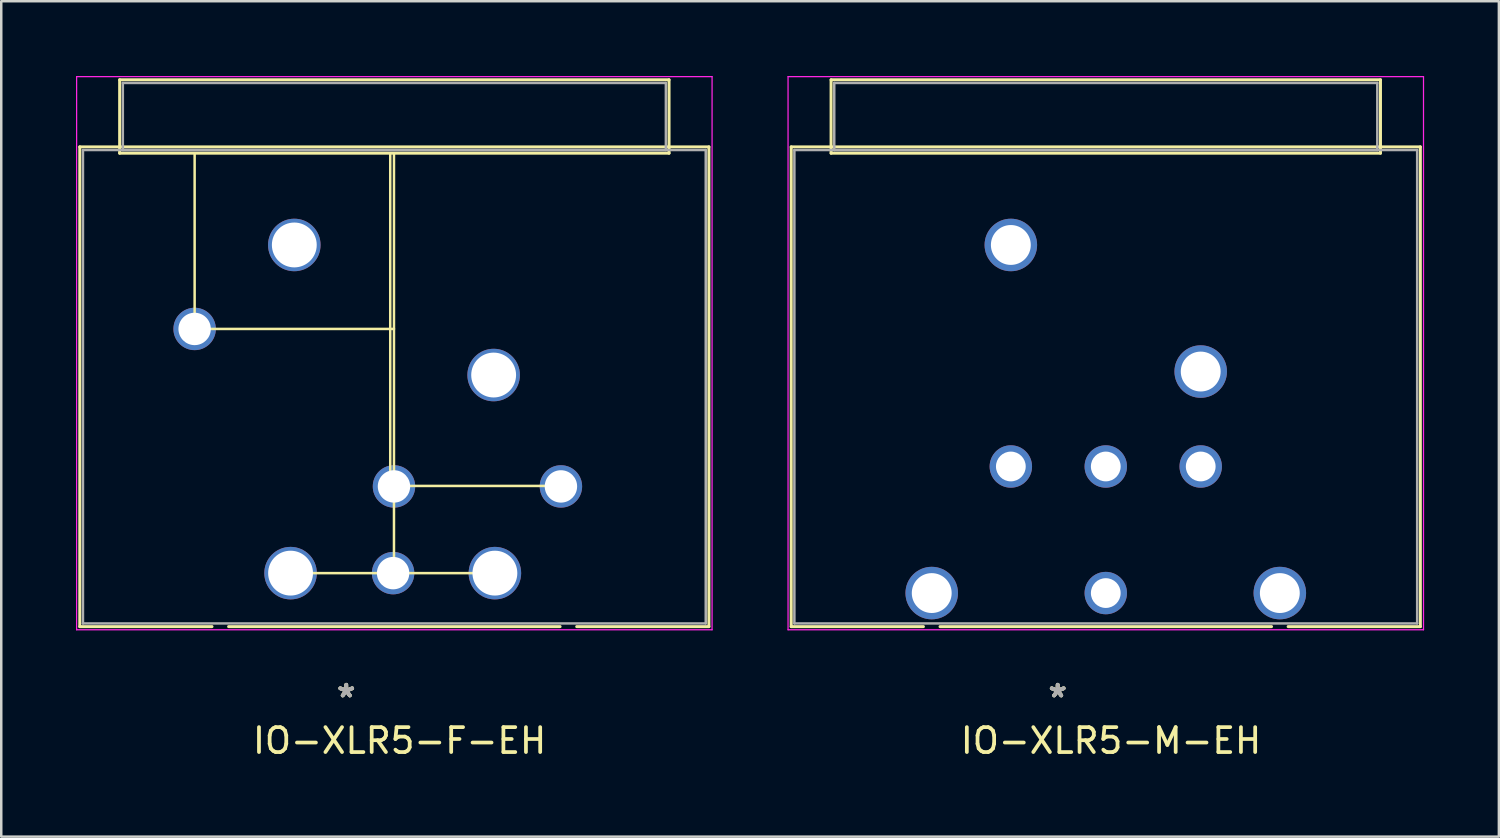
<source format=kicad_pcb>
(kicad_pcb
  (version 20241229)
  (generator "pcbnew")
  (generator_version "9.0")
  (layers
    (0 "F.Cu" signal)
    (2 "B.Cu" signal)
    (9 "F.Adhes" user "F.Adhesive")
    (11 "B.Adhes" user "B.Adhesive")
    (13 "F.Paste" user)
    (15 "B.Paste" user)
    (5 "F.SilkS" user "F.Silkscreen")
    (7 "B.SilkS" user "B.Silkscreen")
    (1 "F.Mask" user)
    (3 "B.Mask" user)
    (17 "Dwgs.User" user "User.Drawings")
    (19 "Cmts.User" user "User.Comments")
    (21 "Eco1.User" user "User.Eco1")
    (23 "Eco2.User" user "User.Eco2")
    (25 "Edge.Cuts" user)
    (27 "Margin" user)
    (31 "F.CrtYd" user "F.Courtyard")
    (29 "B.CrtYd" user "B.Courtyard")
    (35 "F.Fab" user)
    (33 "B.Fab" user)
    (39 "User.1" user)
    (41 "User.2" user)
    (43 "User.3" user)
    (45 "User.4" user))
  (footprint "IO-XLR5-M-EH"
    (layer "F.Cu")
    (at 48.312 20.751)
    (property "Reference" "IO-XLR5-M-EH" (at -6.775 5.925 0) (layer "F.SilkS") (effects (font (size 1 1) (thickness 0.15))))
    (attr through_hole)
    (fp_line (start -19.609 -17.907) (end -19.609 1.346) (stroke (width 0.12) (type solid)) (layer "F.SilkS"))
    (fp_line (start -19.609 1.346) (end -14.303 1.346) (stroke (width 0.12) (type solid)) (layer "F.SilkS"))
    (fp_line (start -18.009 -20.599) (end -18.009 -17.653) (stroke (width 0.12) (type solid)) (layer "F.SilkS"))
    (fp_line (start -18.009 -17.653) (end 4.039 -17.653) (stroke (width 0.12) (type solid)) (layer "F.SilkS"))
    (fp_line (start -13.637 1.346) (end -0.333 1.346) (stroke (width 0.12) (type solid)) (layer "F.SilkS"))
    (fp_line (start 0.333 1.346) (end 5.639 1.346) (stroke (width 0.12) (type solid)) (layer "F.SilkS"))
    (fp_line (start 4.039 -20.599) (end -18.009 -20.599) (stroke (width 0.12) (type solid)) (layer "F.SilkS"))
    (fp_line (start 4.039 -17.653) (end 4.039 -20.599) (stroke (width 0.12) (type solid)) (layer "F.SilkS"))
    (fp_line (start 5.639 -17.907) (end -19.609 -17.907) (stroke (width 0.12) (type solid)) (layer "F.SilkS"))
    (fp_line (start 5.639 1.346) (end 5.639 -17.907) (stroke (width 0.12) (type solid)) (layer "F.SilkS"))
    (fp_line (start -19.736 -20.726) (end -19.736 1.473) (stroke (width 0.05) (type solid)) (layer "F.CrtYd"))
    (fp_line (start -19.736 1.473) (end 5.766 1.473) (stroke (width 0.05) (type solid)) (layer "F.CrtYd"))
    (fp_line (start 5.766 -20.726) (end -19.736 -20.726) (stroke (width 0.05) (type solid)) (layer "F.CrtYd"))
    (fp_line (start 5.766 1.473) (end 5.766 -20.726) (stroke (width 0.05) (type solid)) (layer "F.CrtYd"))
    (fp_line (start -19.482 -17.78) (end -19.482 1.219) (stroke (width 0.1) (type solid)) (layer "F.Fab"))
    (fp_line (start -19.482 1.219) (end 5.512 1.219) (stroke (width 0.1) (type solid)) (layer "F.Fab"))
    (fp_line (start -17.882 -20.472) (end -17.882 -17.78) (stroke (width 0.1) (type solid)) (layer "F.Fab"))
    (fp_line (start -17.882 -17.78) (end 3.912 -17.78) (stroke (width 0.1) (type solid)) (layer "F.Fab"))
    (fp_line (start 3.912 -20.472) (end -17.882 -20.472) (stroke (width 0.1) (type solid)) (layer "F.Fab"))
    (fp_line (start 3.912 -17.78) (end 3.912 -20.472) (stroke (width 0.1) (type solid)) (layer "F.Fab"))
    (fp_line (start 5.512 -17.78) (end -19.482 -17.78) (stroke (width 0.1) (type solid)) (layer "F.Fab"))
    (fp_line (start 5.512 1.219) (end 5.512 -17.78) (stroke (width 0.1) (type solid)) (layer "F.Fab"))
    (fp_text user "*" (at -8.915 4.225 0) (layer "F.SilkS") (effects (font (size 1 1) (thickness 0.15))))
    (fp_text user "*" (at -8.915 4.225 0) (layer "F.SilkS") (effects (font (size 1 1) (thickness 0.15))))
    (fp_text user "Copyright 2021 Accelerated Designs. All rights reserved." (at -6.375 4.225 0) (layer "Cmts.User") (effects (font (size 0.127 0.127) (thickness 0.002))))
    (fp_text user "*" (at -8.915 4.225 0) (layer "F.Fab") (effects (font (size 1 1) (thickness 0.15))))
    (fp_text user "*" (at -8.915 4.225 0) (layer "F.Fab") (effects (font (size 1 1) (thickness 0.15))))
    (pad "" np_thru_hole circle (at -10.795 -13.97) (size 2.108 2.108) (drill 1.6) (layers "*.Cu" "*.Mask"))
    (pad "" np_thru_hole circle (at -3.175 -8.89) (size 2.108 2.108) (drill 1.6) (layers "*.Cu" "*.Mask"))
    (pad "1" thru_hole circle (at 0 0) (size 2.108 2.108) (drill 1.6) (layers "*.Cu" "*.Mask"))
    (pad "2" thru_hole circle (at -3.175 -5.08) (size 1.702 1.702) (drill 1.194) (layers "*.Cu" "*.Mask"))
    (pad "3" thru_hole circle (at -6.985 0) (size 1.702 1.702) (drill 1.194) (layers "*.Cu" "*.Mask"))
    (pad "4" thru_hole circle (at -10.795 -5.08) (size 1.702 1.702) (drill 1.194) (layers "*.Cu" "*.Mask"))
    (pad "5" thru_hole circle (at -13.97 0) (size 2.108 2.108) (drill 1.6) (layers "*.Cu" "*.Mask"))
    (pad "6" thru_hole circle (at -6.985 -5.08) (size 1.702 1.702) (drill 1.194) (layers "*.Cu" "*.Mask")))
  (footprint "IO-XLR5-F-EH"
    (layer "F.Cu")
    (at 19.761 20.751)
    (property "Reference" "IO-XLR5-F-EH" (at -6.775 5.925 0) (layer "F.SilkS") (effects (font (size 1 1) (thickness 0.15))))
    (attr through_hole)
    (fp_line (start -19.609 -17.907) (end -19.609 1.346) (stroke (width 0.12) (type solid)) (layer "F.SilkS"))
    (fp_line (start -19.609 1.346) (end -14.303 1.346) (stroke (width 0.12) (type solid)) (layer "F.SilkS"))
    (fp_line (start -18.009 -20.599) (end -18.009 -17.653) (stroke (width 0.12) (type solid)) (layer "F.SilkS"))
    (fp_line (start -18.009 -17.653) (end 4.039 -17.653) (stroke (width 0.12) (type solid)) (layer "F.SilkS"))
    (fp_line (start -15 -17.6) (end -15 -10.6) (stroke (width 0.1) (type solid)) (layer "F.SilkS"))
    (fp_line (start -13.637 1.346) (end -0.333 1.346) (stroke (width 0.12) (type solid)) (layer "F.SilkS"))
    (fp_line (start -7.15 -17.65) (end -7.15 -4.3) (stroke (width 0.1) (type solid)) (layer "F.SilkS"))
    (fp_line (start -7.05 -0.8) (end -11.15 -0.8) (stroke (width 0.1) (type solid)) (layer "F.SilkS"))
    (fp_line (start -7.05 -0.8) (end -2.95 -0.8) (stroke (width 0.1) (type solid)) (layer "F.SilkS"))
    (fp_line (start -7 -17.65) (end -7 -0.9) (stroke (width 0.1) (type solid)) (layer "F.SilkS"))
    (fp_line (start -7 -10.6) (end -15 -10.6) (stroke (width 0.1) (type solid)) (layer "F.SilkS"))
    (fp_line (start -7 -4.3) (end -0.3 -4.3) (stroke (width 0.1) (type solid)) (layer "F.SilkS"))
    (fp_line (start 0.333 1.346) (end 5.639 1.346) (stroke (width 0.12) (type solid)) (layer "F.SilkS"))
    (fp_line (start 4.039 -20.599) (end -18.009 -20.599) (stroke (width 0.12) (type solid)) (layer "F.SilkS"))
    (fp_line (start 4.039 -17.653) (end 4.039 -20.599) (stroke (width 0.12) (type solid)) (layer "F.SilkS"))
    (fp_line (start 5.639 -17.907) (end -19.609 -17.907) (stroke (width 0.12) (type solid)) (layer "F.SilkS"))
    (fp_line (start 5.639 1.346) (end 5.639 -17.907) (stroke (width 0.12) (type solid)) (layer "F.SilkS"))
    (fp_line (start -19.736 -20.726) (end -19.736 1.473) (stroke (width 0.05) (type solid)) (layer "F.CrtYd"))
    (fp_line (start -19.736 1.473) (end 5.766 1.473) (stroke (width 0.05) (type solid)) (layer "F.CrtYd"))
    (fp_line (start 5.766 -20.726) (end -19.736 -20.726) (stroke (width 0.05) (type solid)) (layer "F.CrtYd"))
    (fp_line (start 5.766 1.473) (end 5.766 -20.726) (stroke (width 0.05) (type solid)) (layer "F.CrtYd"))
    (fp_line (start -19.482 -17.78) (end -19.482 1.219) (stroke (width 0.1) (type solid)) (layer "F.Fab"))
    (fp_line (start -19.482 1.219) (end 5.512 1.219) (stroke (width 0.1) (type solid)) (layer "F.Fab"))
    (fp_line (start -17.882 -20.472) (end -17.882 -17.78) (stroke (width 0.1) (type solid)) (layer "F.Fab"))
    (fp_line (start -17.882 -17.78) (end 3.912 -17.78) (stroke (width 0.1) (type solid)) (layer "F.Fab"))
    (fp_line (start 3.912 -20.472) (end -17.882 -20.472) (stroke (width 0.1) (type solid)) (layer "F.Fab"))
    (fp_line (start 3.912 -17.78) (end 3.912 -20.472) (stroke (width 0.1) (type solid)) (layer "F.Fab"))
    (fp_line (start 5.512 -17.78) (end -19.482 -17.78) (stroke (width 0.1) (type solid)) (layer "F.Fab"))
    (fp_line (start 5.512 1.219) (end 5.512 -17.78) (stroke (width 0.1) (type solid)) (layer "F.Fab"))
    (fp_text user "*" (at -8.915 4.225 0) (layer "F.SilkS") (effects (font (size 1 1) (thickness 0.15))))
    (fp_text user "*" (at -8.915 4.225 0) (layer "F.SilkS") (effects (font (size 1 1) (thickness 0.15))))
    (fp_text user "Copyright 2021 Accelerated Designs. All rights reserved." (at -6.375 4.225 0) (layer "Cmts.User") (effects (font (size 0.127 0.127) (thickness 0.002))))
    (fp_text user "*" (at -8.915 4.225 0) (layer "F.Fab") (effects (font (size 1 1) (thickness 0.15))))
    (fp_text user "*" (at -8.915 4.225 0) (layer "F.Fab") (effects (font (size 1 1) (thickness 0.15))))
    (pad "" np_thru_hole circle (at -11 -13.97) (size 2.108 2.108) (drill 1.8) (layers "*.Cu" "*.Mask"))
    (pad "" np_thru_hole circle (at -3 -8.75) (size 2.108 2.108) (drill 1.8) (layers "*.Cu" "*.Mask"))
    (pad "1" thru_hole circle (at -11.15 -0.8) (size 2.108 2.108) (drill 1.8) (layers "*.Cu" "*.Mask"))
    (pad "2" thru_hole circle (at -7 -4.28) (size 1.702 1.702) (drill 1.3) (layers "*.Cu" "*.Mask"))
    (pad "3" thru_hole circle (at -7.035 -0.8) (size 1.702 1.702) (drill 1.3) (layers "*.Cu" "*.Mask"))
    (pad "4" thru_hole circle (at -0.3 -4.28) (size 1.702 1.702) (drill 1.3) (layers "*.Cu" "*.Mask"))
    (pad "5" thru_hole circle (at -2.95 -0.8) (size 2.108 2.108) (drill 1.8) (layers "*.Cu" "*.Mask"))
    (pad "6" thru_hole circle (at -15 -10.6) (size 1.702 1.702) (drill 1.3) (layers "*.Cu" "*.Mask")))
  (gr_rect
    (start -3 -3)
    (end 57.103 30.525)
    (stroke (width 0.1) (type default))
    (fill no)
    (layer "Edge.Cuts")))
</source>
